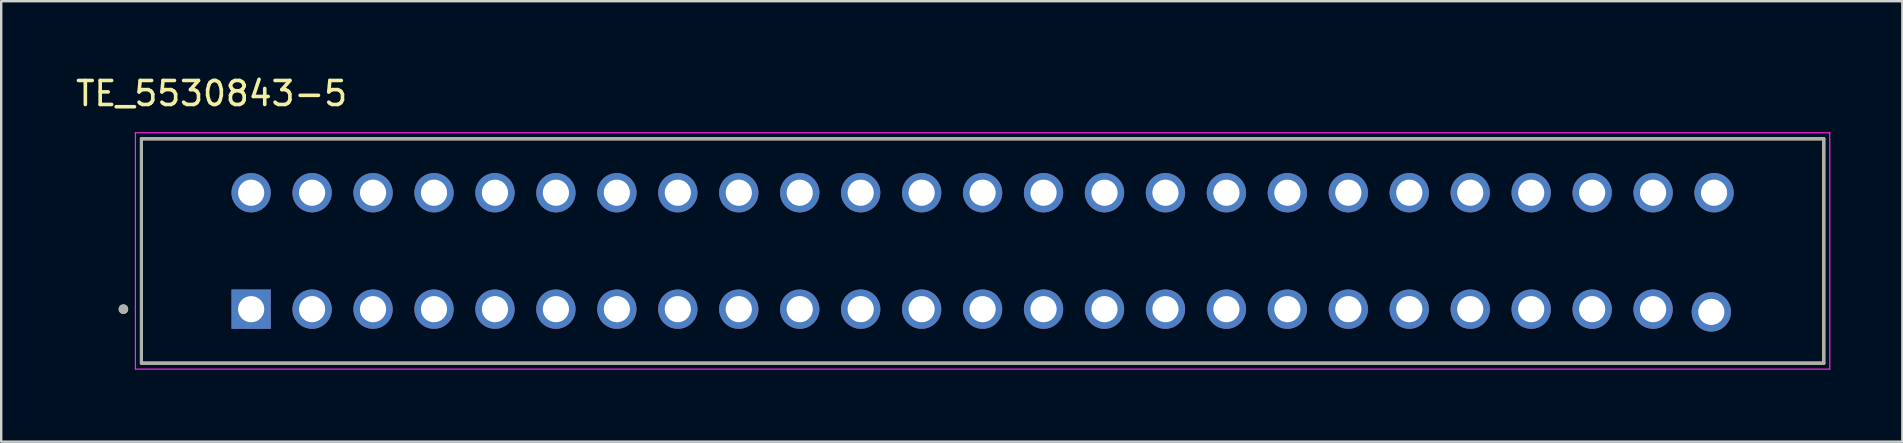
<source format=kicad_pcb>
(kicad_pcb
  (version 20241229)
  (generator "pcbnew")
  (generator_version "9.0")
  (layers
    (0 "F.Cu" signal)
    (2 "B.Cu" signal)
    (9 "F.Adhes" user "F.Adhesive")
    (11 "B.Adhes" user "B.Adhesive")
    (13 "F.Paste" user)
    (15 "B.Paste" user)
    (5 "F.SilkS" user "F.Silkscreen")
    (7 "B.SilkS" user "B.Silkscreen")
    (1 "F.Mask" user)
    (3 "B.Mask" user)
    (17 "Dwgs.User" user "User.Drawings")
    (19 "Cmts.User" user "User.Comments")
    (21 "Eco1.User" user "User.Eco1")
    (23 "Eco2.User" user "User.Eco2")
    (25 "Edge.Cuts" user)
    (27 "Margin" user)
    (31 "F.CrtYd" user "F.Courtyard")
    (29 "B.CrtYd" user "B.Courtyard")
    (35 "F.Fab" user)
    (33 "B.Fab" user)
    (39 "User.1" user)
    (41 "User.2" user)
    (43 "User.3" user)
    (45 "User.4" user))
  (footprint "TE_5530843-5"
    (layer "F.Cu")
    (at 37.895 7.407)
    (property "Reference" "TE_5530843-5" (at -32.127 -6.559 0) (layer "F.SilkS") (effects (font (size 1 1) (thickness 0.15))))
    (attr through_hole)
    (fp_line (start -35.052 -4.674) (end 35.052 -4.674) (stroke (width 0.127) (type solid)) (layer "F.SilkS"))
    (fp_line (start -35.052 4.674) (end -35.052 -4.674) (stroke (width 0.127) (type solid)) (layer "F.SilkS"))
    (fp_line (start 35.052 -4.674) (end 35.052 4.674) (stroke (width 0.127) (type solid)) (layer "F.SilkS"))
    (fp_line (start 35.052 4.674) (end -35.052 4.674) (stroke (width 0.127) (type solid)) (layer "F.SilkS"))
    (fp_circle (center -35.802 2.426) (end -35.702 2.426) (stroke (width 0.2) (type solid)) (fill no) (layer "F.SilkS"))
    (fp_line (start -35.302 -4.924) (end -35.302 4.924) (stroke (width 0.05) (type solid)) (layer "F.CrtYd"))
    (fp_line (start -35.302 4.924) (end 35.302 4.924) (stroke (width 0.05) (type solid)) (layer "F.CrtYd"))
    (fp_line (start 35.302 -4.924) (end -35.302 -4.924) (stroke (width 0.05) (type solid)) (layer "F.CrtYd"))
    (fp_line (start 35.302 4.924) (end 35.302 -4.924) (stroke (width 0.05) (type solid)) (layer "F.CrtYd"))
    (fp_line (start -35.052 -4.674) (end 35.052 -4.674) (stroke (width 0.127) (type solid)) (layer "F.Fab"))
    (fp_line (start -35.052 4.674) (end -35.052 -4.674) (stroke (width 0.127) (type solid)) (layer "F.Fab"))
    (fp_line (start 35.052 -4.674) (end 35.052 4.674) (stroke (width 0.127) (type solid)) (layer "F.Fab"))
    (fp_line (start 35.052 4.674) (end -35.052 4.674) (stroke (width 0.127) (type solid)) (layer "F.Fab"))
    (fp_circle (center -35.802 2.426) (end -35.702 2.426) (stroke (width 0.2) (type solid)) (fill no) (layer "F.Fab"))
    (pad "1" thru_hole rect (at -30.48 2.426) (size 1.638 1.638) (drill 1.092) (layers "*.Cu" "*.Mask"))
    (pad "2" thru_hole circle (at -30.48 -2.426) (size 1.638 1.638) (drill 1.092) (layers "*.Cu" "*.Mask"))
    (pad "3" thru_hole circle (at -27.94 2.426) (size 1.638 1.638) (drill 1.092) (layers "*.Cu" "*.Mask"))
    (pad "4" thru_hole circle (at -27.94 -2.426) (size 1.638 1.638) (drill 1.092) (layers "*.Cu" "*.Mask"))
    (pad "5" thru_hole circle (at -25.4 2.426) (size 1.638 1.638) (drill 1.092) (layers "*.Cu" "*.Mask"))
    (pad "6" thru_hole circle (at -25.4 -2.426) (size 1.638 1.638) (drill 1.092) (layers "*.Cu" "*.Mask"))
    (pad "7" thru_hole circle (at -22.86 2.426) (size 1.638 1.638) (drill 1.092) (layers "*.Cu" "*.Mask"))
    (pad "8" thru_hole circle (at -22.86 -2.426) (size 1.638 1.638) (drill 1.092) (layers "*.Cu" "*.Mask"))
    (pad "9" thru_hole circle (at -20.32 2.426) (size 1.638 1.638) (drill 1.092) (layers "*.Cu" "*.Mask"))
    (pad "10" thru_hole circle (at -20.32 -2.426) (size 1.638 1.638) (drill 1.092) (layers "*.Cu" "*.Mask"))
    (pad "11" thru_hole circle (at -17.78 2.426) (size 1.638 1.638) (drill 1.092) (layers "*.Cu" "*.Mask"))
    (pad "12" thru_hole circle (at -17.78 -2.426) (size 1.638 1.638) (drill 1.092) (layers "*.Cu" "*.Mask"))
    (pad "13" thru_hole circle (at -15.24 2.426) (size 1.638 1.638) (drill 1.092) (layers "*.Cu" "*.Mask"))
    (pad "14" thru_hole circle (at -15.24 -2.426) (size 1.638 1.638) (drill 1.092) (layers "*.Cu" "*.Mask"))
    (pad "15" thru_hole circle (at -12.7 2.426) (size 1.638 1.638) (drill 1.092) (layers "*.Cu" "*.Mask"))
    (pad "16" thru_hole circle (at -12.7 -2.426) (size 1.638 1.638) (drill 1.092) (layers "*.Cu" "*.Mask"))
    (pad "17" thru_hole circle (at -10.16 2.426) (size 1.638 1.638) (drill 1.092) (layers "*.Cu" "*.Mask"))
    (pad "18" thru_hole circle (at -10.16 -2.426) (size 1.638 1.638) (drill 1.092) (layers "*.Cu" "*.Mask"))
    (pad "19" thru_hole circle (at -7.62 2.426) (size 1.638 1.638) (drill 1.092) (layers "*.Cu" "*.Mask"))
    (pad "20" thru_hole circle (at -7.62 -2.426) (size 1.638 1.638) (drill 1.092) (layers "*.Cu" "*.Mask"))
    (pad "21" thru_hole circle (at -5.08 2.426) (size 1.638 1.638) (drill 1.092) (layers "*.Cu" "*.Mask"))
    (pad "22" thru_hole circle (at -5.08 -2.426) (size 1.638 1.638) (drill 1.092) (layers "*.Cu" "*.Mask"))
    (pad "23" thru_hole circle (at -2.54 2.426) (size 1.638 1.638) (drill 1.092) (layers "*.Cu" "*.Mask"))
    (pad "24" thru_hole circle (at -2.54 -2.426) (size 1.638 1.638) (drill 1.092) (layers "*.Cu" "*.Mask"))
    (pad "25" thru_hole circle (at 0 2.426) (size 1.638 1.638) (drill 1.092) (layers "*.Cu" "*.Mask"))
    (pad "26" thru_hole circle (at 0 -2.426) (size 1.638 1.638) (drill 1.092) (layers "*.Cu" "*.Mask"))
    (pad "27" thru_hole circle (at 2.54 2.426) (size 1.638 1.638) (drill 1.092) (layers "*.Cu" "*.Mask"))
    (pad "28" thru_hole circle (at 2.54 -2.426) (size 1.638 1.638) (drill 1.092) (layers "*.Cu" "*.Mask"))
    (pad "29" thru_hole circle (at 5.08 2.426) (size 1.638 1.638) (drill 1.092) (layers "*.Cu" "*.Mask"))
    (pad "30" thru_hole circle (at 5.08 -2.426) (size 1.638 1.638) (drill 1.092) (layers "*.Cu" "*.Mask"))
    (pad "31" thru_hole circle (at 7.62 2.426) (size 1.638 1.638) (drill 1.092) (layers "*.Cu" "*.Mask"))
    (pad "32" thru_hole circle (at 7.62 -2.426) (size 1.638 1.638) (drill 1.092) (layers "*.Cu" "*.Mask"))
    (pad "33" thru_hole circle (at 10.16 2.426) (size 1.638 1.638) (drill 1.092) (layers "*.Cu" "*.Mask"))
    (pad "34" thru_hole circle (at 10.16 -2.426) (size 1.638 1.638) (drill 1.092) (layers "*.Cu" "*.Mask"))
    (pad "35" thru_hole circle (at 12.7 2.426) (size 1.638 1.638) (drill 1.092) (layers "*.Cu" "*.Mask"))
    (pad "36" thru_hole circle (at 12.7 -2.426) (size 1.638 1.638) (drill 1.092) (layers "*.Cu" "*.Mask"))
    (pad "37" thru_hole circle (at 15.24 2.426) (size 1.638 1.638) (drill 1.092) (layers "*.Cu" "*.Mask"))
    (pad "38" thru_hole circle (at 15.24 -2.426) (size 1.638 1.638) (drill 1.092) (layers "*.Cu" "*.Mask"))
    (pad "39" thru_hole circle (at 17.78 2.426) (size 1.638 1.638) (drill 1.092) (layers "*.Cu" "*.Mask"))
    (pad "40" thru_hole circle (at 17.78 -2.426) (size 1.638 1.638) (drill 1.092) (layers "*.Cu" "*.Mask"))
    (pad "41" thru_hole circle (at 20.32 2.426) (size 1.638 1.638) (drill 1.092) (layers "*.Cu" "*.Mask"))
    (pad "42" thru_hole circle (at 20.32 -2.426) (size 1.638 1.638) (drill 1.092) (layers "*.Cu" "*.Mask"))
    (pad "43" thru_hole circle (at 22.86 2.426) (size 1.638 1.638) (drill 1.092) (layers "*.Cu" "*.Mask"))
    (pad "44" thru_hole circle (at 22.86 -2.426) (size 1.638 1.638) (drill 1.092) (layers "*.Cu" "*.Mask"))
    (pad "45" thru_hole circle (at 25.4 2.426) (size 1.638 1.638) (drill 1.092) (layers "*.Cu" "*.Mask"))
    (pad "46" thru_hole circle (at 25.4 -2.426) (size 1.638 1.638) (drill 1.092) (layers "*.Cu" "*.Mask"))
    (pad "47" thru_hole circle (at 27.94 2.426) (size 1.638 1.638) (drill 1.092) (layers "*.Cu" "*.Mask"))
    (pad "48" thru_hole circle (at 27.94 -2.426) (size 1.638 1.638) (drill 1.092) (layers "*.Cu" "*.Mask"))
    (pad "49" thru_hole circle (at 30.366 2.54) (size 1.638 1.638) (drill 1.092) (layers "*.Cu" "*.Mask"))
    (pad "50" thru_hole circle (at 30.48 -2.426) (size 1.638 1.638) (drill 1.092) (layers "*.Cu" "*.Mask")))
  (gr_rect
    (start -3 -3)
    (end 76.222 15.355)
    (stroke (width 0.1) (type default))
    (fill no)
    (layer "Edge.Cuts")))
</source>
